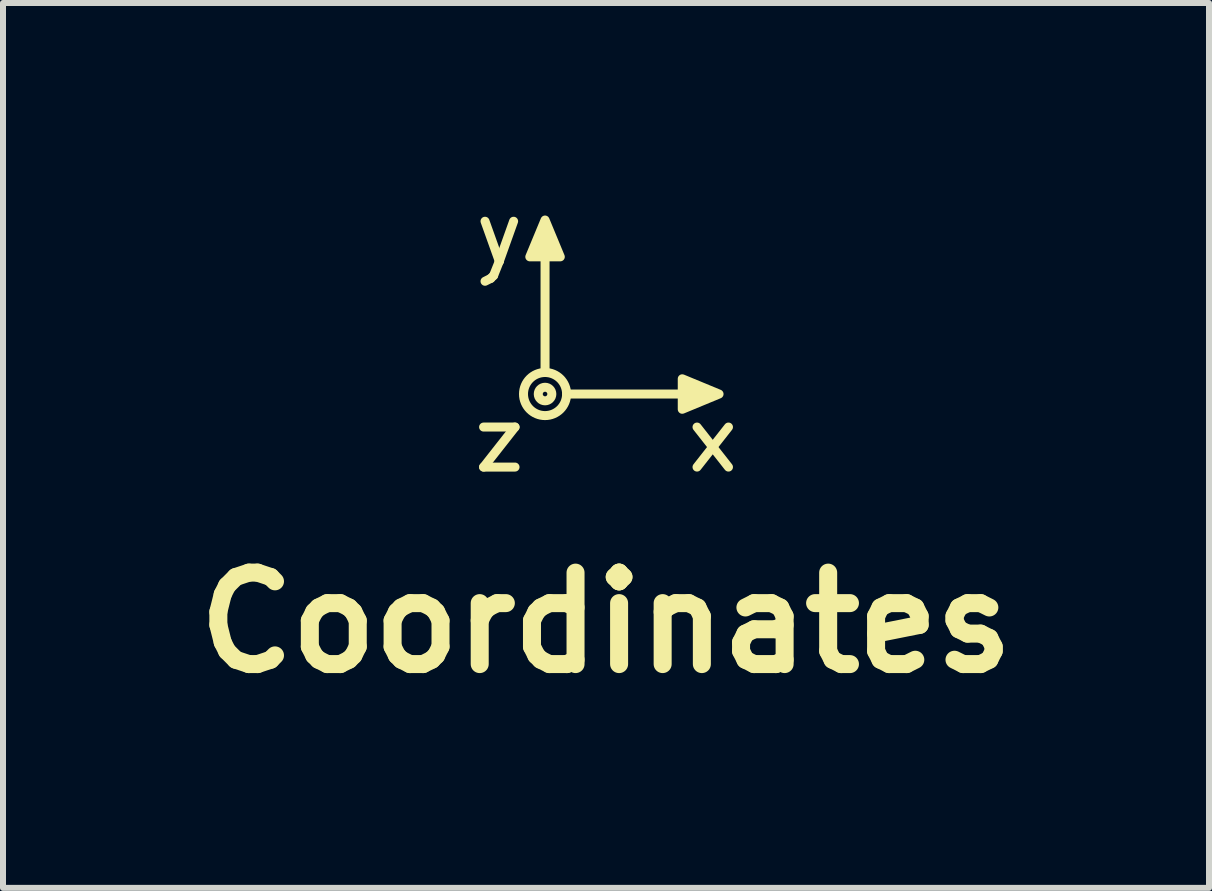
<source format=kicad_pcb>
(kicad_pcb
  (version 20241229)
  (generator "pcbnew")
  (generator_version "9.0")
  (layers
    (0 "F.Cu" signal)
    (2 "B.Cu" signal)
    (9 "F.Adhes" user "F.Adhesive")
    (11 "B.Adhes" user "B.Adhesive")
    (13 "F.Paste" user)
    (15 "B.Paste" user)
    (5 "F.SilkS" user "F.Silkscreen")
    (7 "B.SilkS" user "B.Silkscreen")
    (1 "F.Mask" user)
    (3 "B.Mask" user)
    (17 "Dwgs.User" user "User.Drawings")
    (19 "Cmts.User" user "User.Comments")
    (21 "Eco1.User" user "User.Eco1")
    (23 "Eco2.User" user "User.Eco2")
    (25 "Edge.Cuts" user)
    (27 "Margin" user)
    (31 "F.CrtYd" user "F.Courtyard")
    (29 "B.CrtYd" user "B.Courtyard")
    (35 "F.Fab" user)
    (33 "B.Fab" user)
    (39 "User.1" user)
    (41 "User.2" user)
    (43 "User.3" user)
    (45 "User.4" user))
  (footprint "Coordinates"
    (layer "F.Cu")
    (at 6.031 3.515)
    (property "Reference" "Coordinates" (at 1.016 3.81 0) (layer "F.SilkS") (effects (font (size 1.524 1.524) (thickness 0.3))))
    (attr through_hole)
    (fp_line (start 0 -0.359) (end 0 -2.794) (stroke (width 0.15) (type solid)) (layer "F.SilkS"))
    (fp_line (start 0.359 0) (end 2.794 0) (stroke (width 0.15) (type solid)) (layer "F.SilkS"))
    (fp_circle (center 0 0) (end 0.038 0) (stroke (width 0.15) (type solid)) (fill no) (layer "F.SilkS"))
    (fp_circle (center 0 0) (end 0.359 0) (stroke (width 0.15) (type solid)) (fill no) (layer "F.SilkS"))
    (fp_poly (pts (xy 0.254 -2.286) (xy -0.254 -2.286) (xy 0 -2.899)) (stroke (width 0.15) (type solid)) (fill yes) (layer "F.SilkS"))
    (fp_poly (pts (xy 2.899 0) (xy 2.286 0.254) (xy 2.286 -0.254)) (stroke (width 0.15) (type solid)) (fill yes) (layer "F.SilkS"))
    (fp_text user "z" (at -0.762 0.762 0) (layer "F.SilkS") (effects (font (size 1 1) (thickness 0.15))))
    (fp_text user "y" (at -0.762 -2.667 0) (layer "F.SilkS") (effects (font (size 1 1) (thickness 0.15))))
    (fp_text user "x" (at 2.794 0.762 0) (layer "F.SilkS") (effects (font (size 1 1) (thickness 0.15)))))
  (gr_rect
    (start -3 -3)
    (end 17.093 11.743)
    (stroke (width 0.1) (type default))
    (fill no)
    (layer "Edge.Cuts")))
</source>
